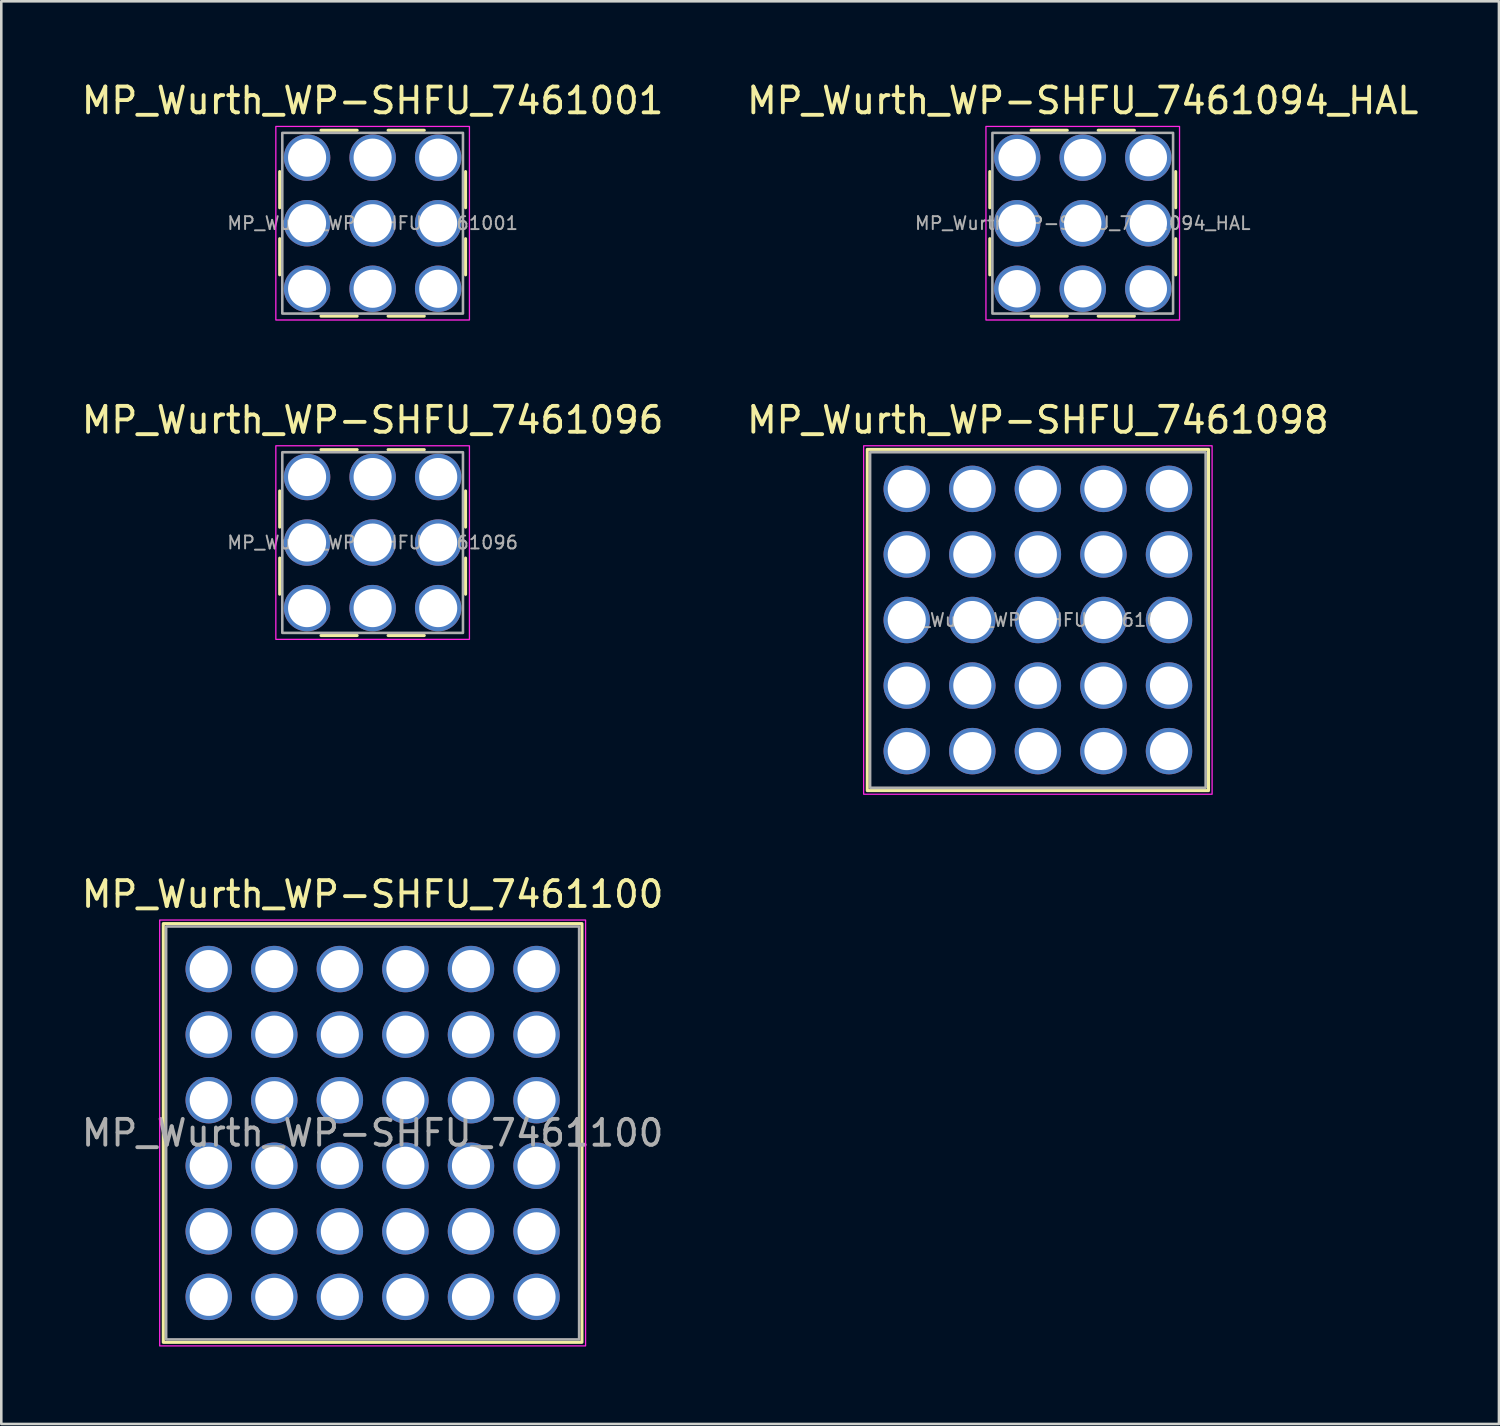
<source format=kicad_pcb>
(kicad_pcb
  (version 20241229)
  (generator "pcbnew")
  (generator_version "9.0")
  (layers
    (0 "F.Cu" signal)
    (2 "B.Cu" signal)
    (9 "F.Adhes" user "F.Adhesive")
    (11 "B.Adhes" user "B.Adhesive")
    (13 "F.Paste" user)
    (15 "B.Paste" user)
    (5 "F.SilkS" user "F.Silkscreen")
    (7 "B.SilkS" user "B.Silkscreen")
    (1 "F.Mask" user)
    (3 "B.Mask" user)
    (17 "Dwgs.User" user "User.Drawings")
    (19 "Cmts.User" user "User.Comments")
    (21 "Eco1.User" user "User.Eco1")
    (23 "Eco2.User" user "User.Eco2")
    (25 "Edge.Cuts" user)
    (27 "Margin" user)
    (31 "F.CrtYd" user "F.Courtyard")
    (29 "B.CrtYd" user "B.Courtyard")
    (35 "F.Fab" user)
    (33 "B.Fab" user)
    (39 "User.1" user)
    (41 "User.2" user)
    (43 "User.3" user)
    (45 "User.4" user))
  (footprint "MP_Wurth_WP-SHFU_7461098"
    (layer "F.Cu")
    (at 37.161 20.971)
    (property "Reference" "MP_Wurth_WP-SHFU_7461098" (at 0 -7.75 0) (unlocked yes) (layer "F.SilkS") (effects (font (size 1 1) (thickness 0.15))))
    (attr through_hole)
    (fp_rect (start -6.61 -6.61) (end 6.61 6.61) (stroke (width 0.12) (type solid)) (fill no) (layer "F.SilkS"))
    (fp_rect (start -6.75 -6.75) (end 6.75 6.75) (stroke (width 0.05) (type solid)) (fill no) (layer "F.CrtYd"))
    (fp_rect (start -6.5 -6.5) (end 6.5 6.5) (stroke (width 0.1) (type solid)) (fill no) (layer "F.Fab"))
    (fp_text user "${REFERENCE}" (at 0 0 0) (unlocked yes) (layer "F.Fab") (effects (font (size 0.5 0.5) (thickness 0.075))))
    (pad "1" thru_hole circle (at -5.08 -5.08) (size 1.8 1.8) (drill 1.475) (layers "*.Cu" "*.Mask"))
    (pad "1" thru_hole circle (at -5.08 -2.54) (size 1.8 1.8) (drill 1.475) (layers "*.Cu" "*.Mask"))
    (pad "1" thru_hole circle (at -5.08 0) (size 1.8 1.8) (drill 1.475) (layers "*.Cu" "*.Mask"))
    (pad "1" thru_hole circle (at -5.08 2.54) (size 1.8 1.8) (drill 1.475) (layers "*.Cu" "*.Mask"))
    (pad "1" thru_hole circle (at -5.08 5.08) (size 1.8 1.8) (drill 1.475) (layers "*.Cu" "*.Mask"))
    (pad "1" thru_hole circle (at -2.54 -5.08) (size 1.8 1.8) (drill 1.475) (layers "*.Cu" "*.Mask"))
    (pad "1" thru_hole circle (at -2.54 -2.54) (size 1.8 1.8) (drill 1.475) (layers "*.Cu" "*.Mask"))
    (pad "1" thru_hole circle (at -2.54 0) (size 1.8 1.8) (drill 1.475) (layers "*.Cu" "*.Mask"))
    (pad "1" thru_hole circle (at -2.54 2.54) (size 1.8 1.8) (drill 1.475) (layers "*.Cu" "*.Mask"))
    (pad "1" thru_hole circle (at -2.54 5.08) (size 1.8 1.8) (drill 1.475) (layers "*.Cu" "*.Mask"))
    (pad "1" thru_hole circle (at 0 -5.08) (size 1.8 1.8) (drill 1.475) (layers "*.Cu" "*.Mask"))
    (pad "1" thru_hole circle (at 0 -2.54) (size 1.8 1.8) (drill 1.475) (layers "*.Cu" "*.Mask"))
    (pad "1" thru_hole circle (at 0 0) (size 1.8 1.8) (drill 1.475) (layers "*.Cu" "*.Mask"))
    (pad "1" thru_hole circle (at 0 2.54) (size 1.8 1.8) (drill 1.475) (layers "*.Cu" "*.Mask"))
    (pad "1" thru_hole circle (at 0 5.08) (size 1.8 1.8) (drill 1.475) (layers "*.Cu" "*.Mask"))
    (pad "1" thru_hole circle (at 2.54 -5.08) (size 1.8 1.8) (drill 1.475) (layers "*.Cu" "*.Mask"))
    (pad "1" thru_hole circle (at 2.54 -2.54) (size 1.8 1.8) (drill 1.475) (layers "*.Cu" "*.Mask"))
    (pad "1" thru_hole circle (at 2.54 0) (size 1.8 1.8) (drill 1.475) (layers "*.Cu" "*.Mask"))
    (pad "1" thru_hole circle (at 2.54 2.54) (size 1.8 1.8) (drill 1.475) (layers "*.Cu" "*.Mask"))
    (pad "1" thru_hole circle (at 2.54 5.08) (size 1.8 1.8) (drill 1.475) (layers "*.Cu" "*.Mask"))
    (pad "1" thru_hole circle (at 5.08 -5.08) (size 1.8 1.8) (drill 1.475) (layers "*.Cu" "*.Mask"))
    (pad "1" thru_hole circle (at 5.08 -2.54) (size 1.8 1.8) (drill 1.475) (layers "*.Cu" "*.Mask"))
    (pad "1" thru_hole circle (at 5.08 0) (size 1.8 1.8) (drill 1.475) (layers "*.Cu" "*.Mask"))
    (pad "1" thru_hole circle (at 5.08 2.54) (size 1.8 1.8) (drill 1.475) (layers "*.Cu" "*.Mask"))
    (pad "1" thru_hole circle (at 5.08 5.08) (size 1.8 1.8) (drill 1.475) (layers "*.Cu" "*.Mask")))
  (footprint "MP_Wurth_WP-SHFU_7461001"
    (layer "F.Cu")
    (at 11.387 5.598)
    (property "Reference" "MP_Wurth_WP-SHFU_7461001" (at 0 -4.75 0) (unlocked yes) (layer "F.SilkS") (effects (font (size 1 1) (thickness 0.15))))
    (attr through_hole)
    (fp_line (start -3.6 -0.6) (end -3.6 -2) (stroke (width 0.12) (type solid)) (layer "F.SilkS"))
    (fp_line (start -3.6 2) (end -3.6 0.6) (stroke (width 0.12) (type solid)) (layer "F.SilkS"))
    (fp_line (start -2 -3.6) (end -0.6 -3.6) (stroke (width 0.12) (type solid)) (layer "F.SilkS"))
    (fp_line (start -0.6 3.6) (end -2 3.6) (stroke (width 0.12) (type solid)) (layer "F.SilkS"))
    (fp_line (start 0.6 -3.6) (end 2 -3.6) (stroke (width 0.12) (type solid)) (layer "F.SilkS"))
    (fp_line (start 2 3.6) (end 0.6 3.6) (stroke (width 0.12) (type solid)) (layer "F.SilkS"))
    (fp_line (start 3.6 -2) (end 3.6 -0.6) (stroke (width 0.12) (type solid)) (layer "F.SilkS"))
    (fp_line (start 3.6 0.6) (end 3.6 2) (stroke (width 0.12) (type solid)) (layer "F.SilkS"))
    (fp_rect (start -3.75 -3.75) (end 3.75 3.75) (stroke (width 0.05) (type solid)) (fill no) (layer "F.CrtYd"))
    (fp_rect (start -3.5 -3.5) (end 3.5 3.5) (stroke (width 0.1) (type solid)) (fill no) (layer "F.Fab"))
    (fp_text user "${REFERENCE}" (at 0 0 0) (unlocked yes) (layer "F.Fab") (effects (font (size 0.5 0.5) (thickness 0.075))))
    (pad "1" thru_hole circle (at -2.54 -2.54) (size 1.8 1.8) (drill 1.475) (layers "*.Cu" "*.Mask"))
    (pad "1" thru_hole circle (at -2.54 0) (size 1.8 1.8) (drill 1.475) (layers "*.Cu" "*.Mask"))
    (pad "1" thru_hole circle (at -2.54 2.54) (size 1.8 1.8) (drill 1.475) (layers "*.Cu" "*.Mask"))
    (pad "1" thru_hole circle (at 0 -2.54) (size 1.8 1.8) (drill 1.475) (layers "*.Cu" "*.Mask"))
    (pad "1" thru_hole circle (at 0 0) (size 1.8 1.8) (drill 1.475) (layers "*.Cu" "*.Mask"))
    (pad "1" thru_hole circle (at 0 2.54) (size 1.8 1.8) (drill 1.475) (layers "*.Cu" "*.Mask"))
    (pad "1" thru_hole circle (at 2.54 -2.54) (size 1.8 1.8) (drill 1.475) (layers "*.Cu" "*.Mask"))
    (pad "1" thru_hole circle (at 2.54 0) (size 1.8 1.8) (drill 1.475) (layers "*.Cu" "*.Mask"))
    (pad "1" thru_hole circle (at 2.54 2.54) (size 1.8 1.8) (drill 1.475) (layers "*.Cu" "*.Mask")))
  (footprint "MP_Wurth_WP-SHFU_7461096"
    (layer "F.Cu")
    (at 11.387 17.971)
    (property "Reference" "MP_Wurth_WP-SHFU_7461096" (at 0 -4.75 0) (unlocked yes) (layer "F.SilkS") (effects (font (size 1 1) (thickness 0.15))))
    (attr through_hole)
    (fp_line (start -3.6 -0.6) (end -3.6 -2) (stroke (width 0.12) (type solid)) (layer "F.SilkS"))
    (fp_line (start -3.6 2) (end -3.6 0.6) (stroke (width 0.12) (type solid)) (layer "F.SilkS"))
    (fp_line (start -2 -3.6) (end -0.6 -3.6) (stroke (width 0.12) (type solid)) (layer "F.SilkS"))
    (fp_line (start -0.6 3.6) (end -2 3.6) (stroke (width 0.12) (type solid)) (layer "F.SilkS"))
    (fp_line (start 0.6 -3.6) (end 2 -3.6) (stroke (width 0.12) (type solid)) (layer "F.SilkS"))
    (fp_line (start 2 3.6) (end 0.6 3.6) (stroke (width 0.12) (type solid)) (layer "F.SilkS"))
    (fp_line (start 3.6 -2) (end 3.6 -0.6) (stroke (width 0.12) (type solid)) (layer "F.SilkS"))
    (fp_line (start 3.6 0.6) (end 3.6 2) (stroke (width 0.12) (type solid)) (layer "F.SilkS"))
    (fp_rect (start -3.75 -3.75) (end 3.75 3.75) (stroke (width 0.05) (type solid)) (fill no) (layer "F.CrtYd"))
    (fp_rect (start -3.5 -3.5) (end 3.5 3.5) (stroke (width 0.1) (type solid)) (fill no) (layer "F.Fab"))
    (fp_text user "${REFERENCE}" (at 0 0 0) (unlocked yes) (layer "F.Fab") (effects (font (size 0.5 0.5) (thickness 0.075))))
    (pad "1" thru_hole circle (at -2.54 -2.54) (size 1.8 1.8) (drill 1.475) (layers "*.Cu" "*.Mask"))
    (pad "1" thru_hole circle (at -2.54 0) (size 1.8 1.8) (drill 1.475) (layers "*.Cu" "*.Mask"))
    (pad "1" thru_hole circle (at -2.54 2.54) (size 1.8 1.8) (drill 1.475) (layers "*.Cu" "*.Mask"))
    (pad "1" thru_hole circle (at 0 -2.54) (size 1.8 1.8) (drill 1.475) (layers "*.Cu" "*.Mask"))
    (pad "1" thru_hole circle (at 0 0) (size 1.8 1.8) (drill 1.475) (layers "*.Cu" "*.Mask"))
    (pad "1" thru_hole circle (at 0 2.54) (size 1.8 1.8) (drill 1.475) (layers "*.Cu" "*.Mask"))
    (pad "1" thru_hole circle (at 2.54 -2.54) (size 1.8 1.8) (drill 1.475) (layers "*.Cu" "*.Mask"))
    (pad "1" thru_hole circle (at 2.54 0) (size 1.8 1.8) (drill 1.475) (layers "*.Cu" "*.Mask"))
    (pad "1" thru_hole circle (at 2.54 2.54) (size 1.8 1.8) (drill 1.475) (layers "*.Cu" "*.Mask")))
  (footprint "MP_Wurth_WP-SHFU_7461100"
    (layer "F.Cu")
    (at 11.387 40.845)
    (property "Reference" "MP_Wurth_WP-SHFU_7461100" (at 0 -9.25 0) (unlocked yes) (layer "F.SilkS") (effects (font (size 1 1) (thickness 0.15))))
    (attr through_hole)
    (fp_rect (start -8.11 -8.11) (end 8.11 8.11) (stroke (width 0.12) (type solid)) (fill no) (layer "F.SilkS"))
    (fp_rect (start -8.25 -8.25) (end 8.25 8.25) (stroke (width 0.05) (type solid)) (fill no) (layer "F.CrtYd"))
    (fp_rect (start -8 -8) (end 8 8) (stroke (width 0.1) (type solid)) (fill no) (layer "F.Fab"))
    (fp_text user "${REFERENCE}" (at 0 0 0) (unlocked yes) (layer "F.Fab") (effects (font (size 1 1) (thickness 0.15))))
    (pad "1" thru_hole circle (at -6.35 -6.35) (size 1.8 1.8) (drill 1.475) (layers "*.Cu" "*.Mask"))
    (pad "1" thru_hole circle (at -6.35 -3.81) (size 1.8 1.8) (drill 1.475) (layers "*.Cu" "*.Mask"))
    (pad "1" thru_hole circle (at -6.35 -1.27) (size 1.8 1.8) (drill 1.475) (layers "*.Cu" "*.Mask"))
    (pad "1" thru_hole circle (at -6.35 1.27) (size 1.8 1.8) (drill 1.475) (layers "*.Cu" "*.Mask"))
    (pad "1" thru_hole circle (at -6.35 3.81) (size 1.8 1.8) (drill 1.475) (layers "*.Cu" "*.Mask"))
    (pad "1" thru_hole circle (at -6.35 6.35) (size 1.8 1.8) (drill 1.475) (layers "*.Cu" "*.Mask"))
    (pad "1" thru_hole circle (at -3.81 -6.35) (size 1.8 1.8) (drill 1.475) (layers "*.Cu" "*.Mask"))
    (pad "1" thru_hole circle (at -3.81 -3.81) (size 1.8 1.8) (drill 1.475) (layers "*.Cu" "*.Mask"))
    (pad "1" thru_hole circle (at -3.81 -1.27) (size 1.8 1.8) (drill 1.475) (layers "*.Cu" "*.Mask"))
    (pad "1" thru_hole circle (at -3.81 1.27) (size 1.8 1.8) (drill 1.475) (layers "*.Cu" "*.Mask"))
    (pad "1" thru_hole circle (at -3.81 3.81) (size 1.8 1.8) (drill 1.475) (layers "*.Cu" "*.Mask"))
    (pad "1" thru_hole circle (at -3.81 6.35) (size 1.8 1.8) (drill 1.475) (layers "*.Cu" "*.Mask"))
    (pad "1" thru_hole circle (at -1.27 -6.35) (size 1.8 1.8) (drill 1.475) (layers "*.Cu" "*.Mask"))
    (pad "1" thru_hole circle (at -1.27 -3.81) (size 1.8 1.8) (drill 1.475) (layers "*.Cu" "*.Mask"))
    (pad "1" thru_hole circle (at -1.27 -1.27) (size 1.8 1.8) (drill 1.475) (layers "*.Cu" "*.Mask"))
    (pad "1" thru_hole circle (at -1.27 1.27) (size 1.8 1.8) (drill 1.475) (layers "*.Cu" "*.Mask"))
    (pad "1" thru_hole circle (at -1.27 3.81) (size 1.8 1.8) (drill 1.475) (layers "*.Cu" "*.Mask"))
    (pad "1" thru_hole circle (at -1.27 6.35) (size 1.8 1.8) (drill 1.475) (layers "*.Cu" "*.Mask"))
    (pad "1" thru_hole circle (at 1.27 -6.35) (size 1.8 1.8) (drill 1.475) (layers "*.Cu" "*.Mask"))
    (pad "1" thru_hole circle (at 1.27 -3.81) (size 1.8 1.8) (drill 1.475) (layers "*.Cu" "*.Mask"))
    (pad "1" thru_hole circle (at 1.27 -1.27) (size 1.8 1.8) (drill 1.475) (layers "*.Cu" "*.Mask"))
    (pad "1" thru_hole circle (at 1.27 1.27) (size 1.8 1.8) (drill 1.475) (layers "*.Cu" "*.Mask"))
    (pad "1" thru_hole circle (at 1.27 3.81) (size 1.8 1.8) (drill 1.475) (layers "*.Cu" "*.Mask"))
    (pad "1" thru_hole circle (at 1.27 6.35) (size 1.8 1.8) (drill 1.475) (layers "*.Cu" "*.Mask"))
    (pad "1" thru_hole circle (at 3.81 -6.35) (size 1.8 1.8) (drill 1.475) (layers "*.Cu" "*.Mask"))
    (pad "1" thru_hole circle (at 3.81 -3.81) (size 1.8 1.8) (drill 1.475) (layers "*.Cu" "*.Mask"))
    (pad "1" thru_hole circle (at 3.81 -1.27) (size 1.8 1.8) (drill 1.475) (layers "*.Cu" "*.Mask"))
    (pad "1" thru_hole circle (at 3.81 1.27) (size 1.8 1.8) (drill 1.475) (layers "*.Cu" "*.Mask"))
    (pad "1" thru_hole circle (at 3.81 3.81) (size 1.8 1.8) (drill 1.475) (layers "*.Cu" "*.Mask"))
    (pad "1" thru_hole circle (at 3.81 6.35) (size 1.8 1.8) (drill 1.475) (layers "*.Cu" "*.Mask"))
    (pad "1" thru_hole circle (at 6.35 -6.35) (size 1.8 1.8) (drill 1.475) (layers "*.Cu" "*.Mask"))
    (pad "1" thru_hole circle (at 6.35 -3.81) (size 1.8 1.8) (drill 1.475) (layers "*.Cu" "*.Mask"))
    (pad "1" thru_hole circle (at 6.35 -1.27) (size 1.8 1.8) (drill 1.475) (layers "*.Cu" "*.Mask"))
    (pad "1" thru_hole circle (at 6.35 1.27) (size 1.8 1.8) (drill 1.475) (layers "*.Cu" "*.Mask"))
    (pad "1" thru_hole circle (at 6.35 3.81) (size 1.8 1.8) (drill 1.475) (layers "*.Cu" "*.Mask"))
    (pad "1" thru_hole circle (at 6.35 6.35) (size 1.8 1.8) (drill 1.475) (layers "*.Cu" "*.Mask")))
  (footprint "MP_Wurth_WP-SHFU_7461094_HAL"
    (layer "F.Cu")
    (at 38.899 5.598)
    (property "Reference" "MP_Wurth_WP-SHFU_7461094_HAL" (at 0 -4.75 0) (unlocked yes) (layer "F.SilkS") (effects (font (size 1 1) (thickness 0.15))))
    (attr through_hole)
    (fp_line (start -3.6 -0.6) (end -3.6 -2) (stroke (width 0.12) (type solid)) (layer "F.SilkS"))
    (fp_line (start -3.6 2) (end -3.6 0.6) (stroke (width 0.12) (type solid)) (layer "F.SilkS"))
    (fp_line (start -2 -3.6) (end -0.6 -3.6) (stroke (width 0.12) (type solid)) (layer "F.SilkS"))
    (fp_line (start -0.6 3.6) (end -2 3.6) (stroke (width 0.12) (type solid)) (layer "F.SilkS"))
    (fp_line (start 0.6 -3.6) (end 2 -3.6) (stroke (width 0.12) (type solid)) (layer "F.SilkS"))
    (fp_line (start 2 3.6) (end 0.6 3.6) (stroke (width 0.12) (type solid)) (layer "F.SilkS"))
    (fp_line (start 3.6 -2) (end 3.6 -0.6) (stroke (width 0.12) (type solid)) (layer "F.SilkS"))
    (fp_line (start 3.6 0.6) (end 3.6 2) (stroke (width 0.12) (type solid)) (layer "F.SilkS"))
    (fp_rect (start -3.75 -3.75) (end 3.75 3.75) (stroke (width 0.05) (type solid)) (fill no) (layer "F.CrtYd"))
    (fp_rect (start -3.5 -3.5) (end 3.5 3.5) (stroke (width 0.1) (type solid)) (fill no) (layer "F.Fab"))
    (fp_text user "${REFERENCE}" (at 0 0 0) (unlocked yes) (layer "F.Fab") (effects (font (size 0.5 0.5) (thickness 0.075))))
    (pad "1" thru_hole circle (at -2.54 -2.54) (size 1.8 1.8) (drill 1.45) (layers "*.Cu" "*.Mask"))
    (pad "1" thru_hole circle (at -2.54 0) (size 1.8 1.8) (drill 1.45) (layers "*.Cu" "*.Mask"))
    (pad "1" thru_hole circle (at -2.54 2.54) (size 1.8 1.8) (drill 1.45) (layers "*.Cu" "*.Mask"))
    (pad "1" thru_hole circle (at 0 -2.54) (size 1.8 1.8) (drill 1.45) (layers "*.Cu" "*.Mask"))
    (pad "1" thru_hole circle (at 0 0) (size 1.8 1.8) (drill 1.45) (layers "*.Cu" "*.Mask"))
    (pad "1" thru_hole circle (at 0 2.54) (size 1.8 1.8) (drill 1.45) (layers "*.Cu" "*.Mask"))
    (pad "1" thru_hole circle (at 2.54 -2.54) (size 1.8 1.8) (drill 1.45) (layers "*.Cu" "*.Mask"))
    (pad "1" thru_hole circle (at 2.54 0) (size 1.8 1.8) (drill 1.45) (layers "*.Cu" "*.Mask"))
    (pad "1" thru_hole circle (at 2.54 2.54) (size 1.8 1.8) (drill 1.45) (layers "*.Cu" "*.Mask")))
  (gr_rect
    (start -3 -3)
    (end 55.024 52.12)
    (stroke (width 0.1) (type default))
    (fill no)
    (layer "Edge.Cuts")))
</source>
